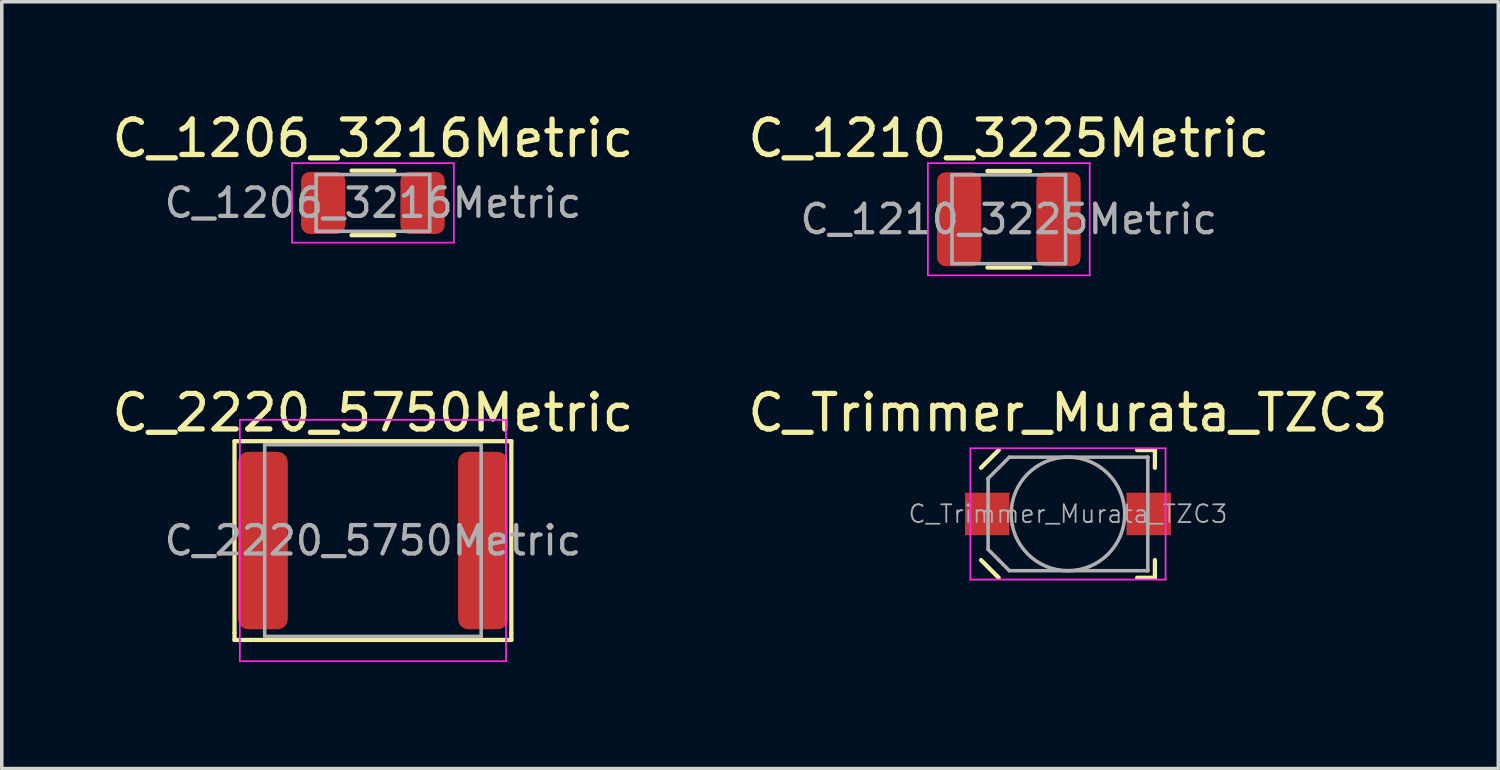
<source format=kicad_pcb>
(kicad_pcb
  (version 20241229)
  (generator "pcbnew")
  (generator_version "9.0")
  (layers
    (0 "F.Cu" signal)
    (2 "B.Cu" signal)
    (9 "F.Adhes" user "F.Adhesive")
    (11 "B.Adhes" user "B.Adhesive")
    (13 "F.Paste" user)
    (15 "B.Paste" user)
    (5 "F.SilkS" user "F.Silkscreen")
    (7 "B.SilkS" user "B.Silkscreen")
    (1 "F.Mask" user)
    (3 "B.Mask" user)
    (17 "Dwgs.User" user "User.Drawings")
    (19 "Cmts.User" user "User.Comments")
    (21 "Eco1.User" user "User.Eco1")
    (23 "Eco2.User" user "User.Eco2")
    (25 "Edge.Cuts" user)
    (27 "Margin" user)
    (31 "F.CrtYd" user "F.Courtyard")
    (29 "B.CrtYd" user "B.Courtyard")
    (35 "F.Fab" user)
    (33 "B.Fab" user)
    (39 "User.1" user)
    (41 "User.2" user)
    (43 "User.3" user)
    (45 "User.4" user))
  (footprint "C_1206_3216Metric"
    (layer "F.Cu")
    (at 7.458 2.668)
    (property "Reference" "C_1206_3216Metric" (at 0 -1.82 0) (layer "F.SilkS") (effects (font (size 1 1) (thickness 0.15))))
    (attr smd)
    (fp_line (start -0.602 -0.91) (end 0.602 -0.91) (stroke (width 0.12) (type solid)) (layer "F.SilkS"))
    (fp_line (start -0.602 0.91) (end 0.602 0.91) (stroke (width 0.12) (type solid)) (layer "F.SilkS"))
    (fp_line (start -2.28 -1.12) (end 2.28 -1.12) (stroke (width 0.05) (type solid)) (layer "F.CrtYd"))
    (fp_line (start -2.28 1.12) (end -2.28 -1.12) (stroke (width 0.05) (type solid)) (layer "F.CrtYd"))
    (fp_line (start 2.28 -1.12) (end 2.28 1.12) (stroke (width 0.05) (type solid)) (layer "F.CrtYd"))
    (fp_line (start 2.28 1.12) (end -2.28 1.12) (stroke (width 0.05) (type solid)) (layer "F.CrtYd"))
    (fp_line (start -1.6 -0.8) (end 1.6 -0.8) (stroke (width 0.1) (type solid)) (layer "F.Fab"))
    (fp_line (start -1.6 0.8) (end -1.6 -0.8) (stroke (width 0.1) (type solid)) (layer "F.Fab"))
    (fp_line (start 1.6 -0.8) (end 1.6 0.8) (stroke (width 0.1) (type solid)) (layer "F.Fab"))
    (fp_line (start 1.6 0.8) (end -1.6 0.8) (stroke (width 0.1) (type solid)) (layer "F.Fab"))
    (fp_text user "${REFERENCE}" (at 0 0 0) (layer "F.Fab") (effects (font (size 0.8 0.8) (thickness 0.12))))
    (pad "1" smd roundrect (at -1.4 0) (size 1.25 1.75) (layers "F.Cu" "F.Mask" "F.Paste") (roundrect_rratio 0.2))
    (pad "2" smd roundrect (at 1.4 0) (size 1.25 1.75) (layers "F.Cu" "F.Mask" "F.Paste") (roundrect_rratio 0.2)))
  (footprint "C_1210_3225Metric"
    (layer "F.Cu")
    (at 25.375 3.128)
    (property "Reference" "C_1210_3225Metric" (at 0 -2.28 0) (layer "F.SilkS") (effects (font (size 1 1) (thickness 0.15))))
    (attr smd)
    (fp_line (start -0.602 -1.36) (end 0.602 -1.36) (stroke (width 0.12) (type solid)) (layer "F.SilkS"))
    (fp_line (start -0.602 1.36) (end 0.602 1.36) (stroke (width 0.12) (type solid)) (layer "F.SilkS"))
    (fp_line (start -2.28 -1.58) (end 2.28 -1.58) (stroke (width 0.05) (type solid)) (layer "F.CrtYd"))
    (fp_line (start -2.28 1.58) (end -2.28 -1.58) (stroke (width 0.05) (type solid)) (layer "F.CrtYd"))
    (fp_line (start 2.28 -1.58) (end 2.28 1.58) (stroke (width 0.05) (type solid)) (layer "F.CrtYd"))
    (fp_line (start 2.28 1.58) (end -2.28 1.58) (stroke (width 0.05) (type solid)) (layer "F.CrtYd"))
    (fp_line (start -1.6 -1.25) (end 1.6 -1.25) (stroke (width 0.1) (type solid)) (layer "F.Fab"))
    (fp_line (start -1.6 1.25) (end -1.6 -1.25) (stroke (width 0.1) (type solid)) (layer "F.Fab"))
    (fp_line (start 1.6 -1.25) (end 1.6 1.25) (stroke (width 0.1) (type solid)) (layer "F.Fab"))
    (fp_line (start 1.6 1.25) (end -1.6 1.25) (stroke (width 0.1) (type solid)) (layer "F.Fab"))
    (fp_text user "${REFERENCE}" (at 0 0 0) (layer "F.Fab") (effects (font (size 0.8 0.8) (thickness 0.12))))
    (pad "1" smd roundrect (at -1.4 0) (size 1.25 2.65) (layers "F.Cu" "F.Mask" "F.Paste") (roundrect_rratio 0.2))
    (pad "2" smd roundrect (at 1.4 0) (size 1.25 2.65) (layers "F.Cu" "F.Mask" "F.Paste") (roundrect_rratio 0.2)))
  (footprint "C_2220_5750Metric"
    (layer "F.Cu")
    (at 7.458 12.181)
    (property "Reference" "C_2220_5750Metric" (at 0 -3.6 0) (layer "F.SilkS") (effects (font (size 1 1) (thickness 0.15))))
    (attr smd)
    (fp_line (start -3.9 -2.8) (end 3.9 -2.8) (stroke (width 0.12) (type solid)) (layer "F.SilkS"))
    (fp_line (start -3.9 2.6) (end -3.9 -2.8) (stroke (width 0.12) (type solid)) (layer "F.SilkS"))
    (fp_line (start -3.9 2.8) (end -3.9 2.6) (stroke (width 0.12) (type solid)) (layer "F.SilkS"))
    (fp_line (start -3.9 2.8) (end 3.9 2.8) (stroke (width 0.12) (type solid)) (layer "F.SilkS"))
    (fp_line (start 3.9 -2.8) (end 3.9 2.6) (stroke (width 0.12) (type solid)) (layer "F.SilkS"))
    (fp_line (start 3.9 2.8) (end 3.9 2.6) (stroke (width 0.12) (type solid)) (layer "F.SilkS"))
    (fp_line (start -3.75 -3.4) (end 3.75 -3.4) (stroke (width 0.05) (type solid)) (layer "F.CrtYd"))
    (fp_line (start -3.75 3.4) (end -3.75 -3.4) (stroke (width 0.05) (type solid)) (layer "F.CrtYd"))
    (fp_line (start 3.75 -3.4) (end 3.75 3.4) (stroke (width 0.05) (type solid)) (layer "F.CrtYd"))
    (fp_line (start 3.75 3.4) (end -3.75 3.4) (stroke (width 0.05) (type solid)) (layer "F.CrtYd"))
    (fp_line (start -3.05 -2.7) (end 3.05 -2.7) (stroke (width 0.1) (type solid)) (layer "F.Fab"))
    (fp_line (start -3.05 2.7) (end -3.05 -2.7) (stroke (width 0.1) (type solid)) (layer "F.Fab"))
    (fp_line (start 3.05 -2.7) (end 3.05 2.7) (stroke (width 0.1) (type solid)) (layer "F.Fab"))
    (fp_line (start 3.05 2.7) (end -3.05 2.7) (stroke (width 0.1) (type solid)) (layer "F.Fab"))
    (fp_text user "${REFERENCE}" (at 0 0 0) (layer "F.Fab") (effects (font (size 0.8 0.8) (thickness 0.12))))
    (pad "1" smd roundrect (at -3.1 0) (size 1.4 5) (layers "F.Cu" "F.Mask" "F.Paste") (roundrect_rratio 0.2))
    (pad "2" smd roundrect (at 3.1 0) (size 1.4 5) (layers "F.Cu" "F.Mask" "F.Paste") (roundrect_rratio 0.2)))
  (footprint "C_Trimmer_Murata_TZC3"
    (layer "F.Cu")
    (at 27.042 11.431)
    (property "Reference" "C_Trimmer_Murata_TZC3" (at 0 -2.85 0) (layer "F.SilkS") (effects (font (size 1 1) (thickness 0.15))))
    (attr smd)
    (fp_line (start -2.45 -1.3) (end -1.95 -1.8) (stroke (width 0.12) (type solid)) (layer "F.SilkS"))
    (fp_line (start -2.45 1.3) (end -1.95 1.8) (stroke (width 0.12) (type solid)) (layer "F.SilkS"))
    (fp_line (start 2.45 -1.8) (end 1.95 -1.8) (stroke (width 0.12) (type solid)) (layer "F.SilkS"))
    (fp_line (start 2.45 -1.8) (end 2.45 -1.3) (stroke (width 0.12) (type solid)) (layer "F.SilkS"))
    (fp_line (start 2.45 1.8) (end 1.95 1.8) (stroke (width 0.12) (type solid)) (layer "F.SilkS"))
    (fp_line (start 2.45 1.8) (end 2.45 1.3) (stroke (width 0.12) (type solid)) (layer "F.SilkS"))
    (fp_line (start -2.75 -1.85) (end -2.75 1.85) (stroke (width 0.05) (type solid)) (layer "F.CrtYd"))
    (fp_line (start -2.75 1.85) (end 2.75 1.85) (stroke (width 0.05) (type solid)) (layer "F.CrtYd"))
    (fp_line (start 2.75 -1.85) (end -2.75 -1.85) (stroke (width 0.05) (type solid)) (layer "F.CrtYd"))
    (fp_line (start 2.75 1.85) (end 2.75 -1.85) (stroke (width 0.05) (type solid)) (layer "F.CrtYd"))
    (fp_line (start -2.25 -1) (end -1.95 -1.3) (stroke (width 0.1) (type solid)) (layer "F.Fab"))
    (fp_line (start -2.25 1) (end -2.25 -1) (stroke (width 0.1) (type solid)) (layer "F.Fab"))
    (fp_line (start -1.95 -1.3) (end -1.65 -1.6) (stroke (width 0.1) (type solid)) (layer "F.Fab"))
    (fp_line (start -1.95 1.3) (end -2.25 1) (stroke (width 0.1) (type solid)) (layer "F.Fab"))
    (fp_line (start -1.65 -1.6) (end 2.24 -1.6) (stroke (width 0.1) (type solid)) (layer "F.Fab"))
    (fp_line (start -1.65 1.6) (end -1.95 1.3) (stroke (width 0.1) (type solid)) (layer "F.Fab"))
    (fp_line (start 2.24 -1.6) (end 2.25 -1.6) (stroke (width 0.1) (type solid)) (layer "F.Fab"))
    (fp_line (start 2.24 1.6) (end -1.65 1.6) (stroke (width 0.1) (type solid)) (layer "F.Fab"))
    (fp_line (start 2.25 -1.6) (end 2.25 -1.59) (stroke (width 0.1) (type solid)) (layer "F.Fab"))
    (fp_line (start 2.25 -1.59) (end 2.25 1.59) (stroke (width 0.1) (type solid)) (layer "F.Fab"))
    (fp_line (start 2.25 1.59) (end 2.25 1.6) (stroke (width 0.1) (type solid)) (layer "F.Fab"))
    (fp_line (start 2.25 1.6) (end 2.24 1.6) (stroke (width 0.1) (type solid)) (layer "F.Fab"))
    (fp_circle (center 0 0) (end 1.6 0) (stroke (width 0.1) (type solid)) (fill no) (layer "F.Fab"))
    (fp_text user "${REFERENCE}" (at 0 0 0) (layer "F.Fab") (effects (font (size 0.5 0.5) (thickness 0.05))))
    (pad "1" smd rect (at -2.275 0) (size 1.25 1.2) (layers "F.Cu" "F.Mask" "F.Paste"))
    (pad "2" smd rect (at 2.275 0) (size 1.25 1.2) (layers "F.Cu" "F.Mask" "F.Paste")))
  (gr_rect
    (start -3 -3)
    (end 39.167 18.607)
    (stroke (width 0.1) (type default))
    (fill no)
    (layer "Edge.Cuts")))
</source>
